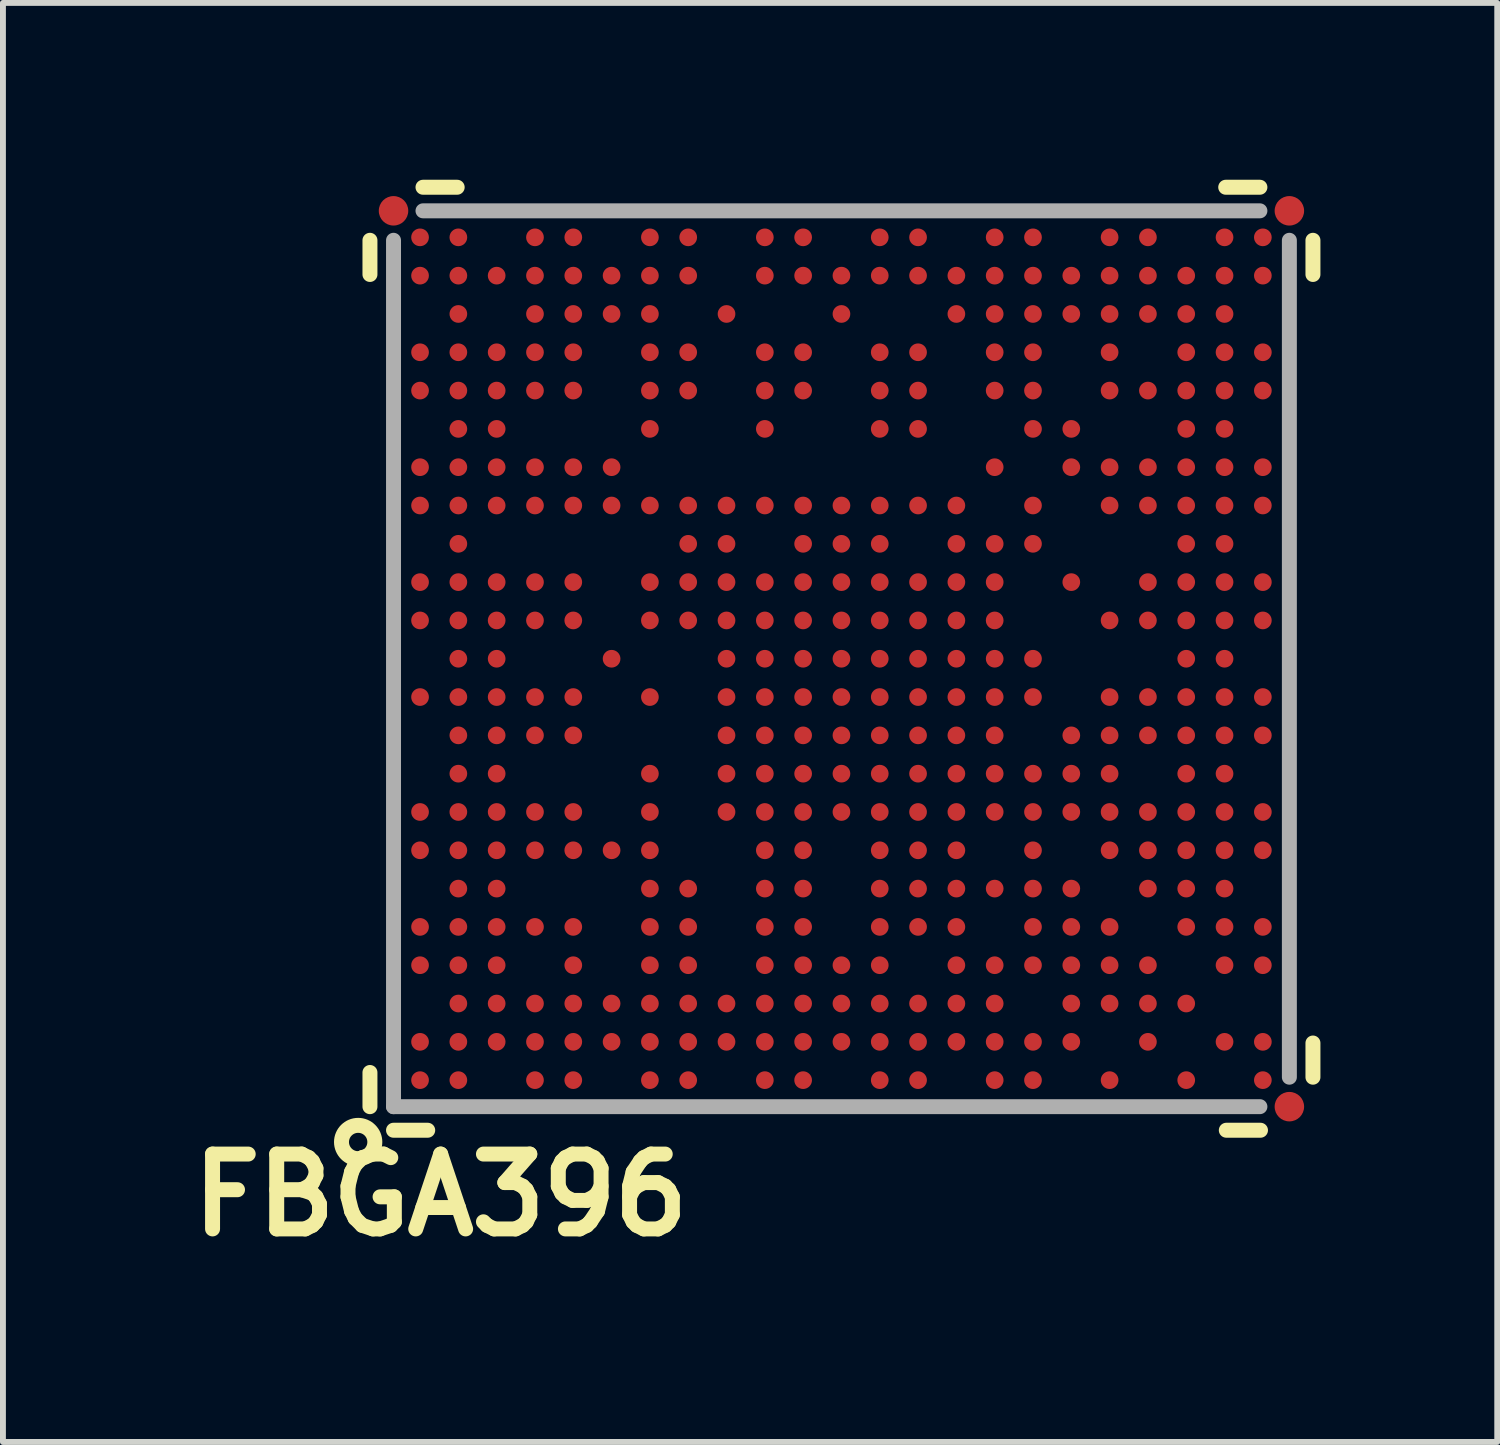
<source format=kicad_pcb>
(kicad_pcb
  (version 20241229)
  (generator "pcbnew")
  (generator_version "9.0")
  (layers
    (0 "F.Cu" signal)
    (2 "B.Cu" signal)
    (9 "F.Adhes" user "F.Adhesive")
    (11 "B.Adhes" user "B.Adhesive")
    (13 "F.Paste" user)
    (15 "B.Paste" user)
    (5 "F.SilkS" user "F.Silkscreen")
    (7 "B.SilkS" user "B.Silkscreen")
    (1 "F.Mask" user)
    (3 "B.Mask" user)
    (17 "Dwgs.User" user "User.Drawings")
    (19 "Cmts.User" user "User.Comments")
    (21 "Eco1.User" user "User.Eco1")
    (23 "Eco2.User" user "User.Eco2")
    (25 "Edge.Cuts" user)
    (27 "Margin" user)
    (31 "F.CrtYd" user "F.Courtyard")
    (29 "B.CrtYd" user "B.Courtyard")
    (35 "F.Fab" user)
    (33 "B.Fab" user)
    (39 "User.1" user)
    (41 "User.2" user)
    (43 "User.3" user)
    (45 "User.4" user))
  (footprint "FBGA396"
    (layer "F.Cu")
    (at 11.227 8.127)
    (property "Reference" "FBGA396" (at -6.8 9.1 0) (layer "F.SilkS") (effects (font (size 1.27 1.27) (thickness 0.254))))
    (attr smd)
    (fp_line (start -8 -7.1) (end -8 -6.52) (stroke (width 0.254) (type solid)) (layer "F.SilkS"))
    (fp_line (start -8 7.02) (end -8 7.6) (stroke (width 0.254) (type solid)) (layer "F.SilkS"))
    (fp_line (start -7.02 8) (end -7.6 8) (stroke (width 0.254) (type solid)) (layer "F.SilkS"))
    (fp_line (start -6.52 -8) (end -7.1 -8) (stroke (width 0.254) (type solid)) (layer "F.SilkS"))
    (fp_line (start 7.1 -8) (end 6.52 -8) (stroke (width 0.254) (type solid)) (layer "F.SilkS"))
    (fp_line (start 7.11 8) (end 6.53 8) (stroke (width 0.254) (type solid)) (layer "F.SilkS"))
    (fp_line (start 8 -7.1) (end 8 -6.52) (stroke (width 0.254) (type solid)) (layer "F.SilkS"))
    (fp_line (start 8 6.52) (end 8 7.1) (stroke (width 0.254) (type solid)) (layer "F.SilkS"))
    (fp_circle (center -8.2 8.2) (end -8 8.4) (stroke (width 0.254) (type solid)) (fill no) (layer "F.SilkS"))
    (fp_line (start -7.6 7.6) (end -7.6 -7.1) (stroke (width 0.254) (type solid)) (layer "F.Fab"))
    (fp_line (start -7.6 7.6) (end 7.1 7.6) (stroke (width 0.254) (type solid)) (layer "F.Fab"))
    (fp_line (start 7.1 -7.6) (end -7.1 -7.6) (stroke (width 0.254) (type solid)) (layer "F.Fab"))
    (fp_line (start 7.6 7.1) (end 7.6 -7.1) (stroke (width 0.254) (type solid)) (layer "F.Fab"))
    (pad "A1" smd circle (at -7.15 7.15) (size 0.3 0.3) (layers "F.Cu" "F.Mask" "F.Paste"))
    (pad "A2" smd circle (at -7.15 6.5) (size 0.3 0.3) (layers "F.Cu" "F.Mask" "F.Paste"))
    (pad "A4" smd circle (at -7.15 5.2) (size 0.3 0.3) (layers "F.Cu" "F.Mask" "F.Paste"))
    (pad "A5" smd circle (at -7.15 4.55) (size 0.3 0.3) (layers "F.Cu" "F.Mask" "F.Paste"))
    (pad "A7" smd circle (at -7.15 3.25) (size 0.3 0.3) (layers "F.Cu" "F.Mask" "F.Paste"))
    (pad "A8" smd circle (at -7.15 2.6) (size 0.3 0.3) (layers "F.Cu" "F.Mask" "F.Paste"))
    (pad "A11" smd circle (at -7.15 0.65) (size 0.3 0.3) (layers "F.Cu" "F.Mask" "F.Paste"))
    (pad "A13" smd circle (at -7.15 -0.65) (size 0.3 0.3) (layers "F.Cu" "F.Mask" "F.Paste"))
    (pad "A14" smd circle (at -7.15 -1.3) (size 0.3 0.3) (layers "F.Cu" "F.Mask" "F.Paste"))
    (pad "A16" smd circle (at -7.15 -2.6) (size 0.3 0.3) (layers "F.Cu" "F.Mask" "F.Paste"))
    (pad "A17" smd circle (at -7.15 -3.25) (size 0.3 0.3) (layers "F.Cu" "F.Mask" "F.Paste"))
    (pad "A19" smd circle (at -7.15 -4.55) (size 0.3 0.3) (layers "F.Cu" "F.Mask" "F.Paste"))
    (pad "A20" smd circle (at -7.15 -5.2) (size 0.3 0.3) (layers "F.Cu" "F.Mask" "F.Paste"))
    (pad "A22" smd circle (at -7.15 -6.5) (size 0.3 0.3) (layers "F.Cu" "F.Mask" "F.Paste"))
    (pad "A23" smd circle (at -7.15 -7.15) (size 0.3 0.3) (layers "F.Cu" "F.Mask" "F.Paste"))
    (pad "AA1" smd circle (at 5.85 7.15) (size 0.3 0.3) (layers "F.Cu" "F.Mask" "F.Paste"))
    (pad "AA3" smd circle (at 5.85 5.85) (size 0.3 0.3) (layers "F.Cu" "F.Mask" "F.Paste"))
    (pad "AA5" smd circle (at 5.85 4.55) (size 0.3 0.3) (layers "F.Cu" "F.Mask" "F.Paste"))
    (pad "AA6" smd circle (at 5.85 3.9) (size 0.3 0.3) (layers "F.Cu" "F.Mask" "F.Paste"))
    (pad "AA7" smd circle (at 5.85 3.25) (size 0.3 0.3) (layers "F.Cu" "F.Mask" "F.Paste"))
    (pad "AA8" smd circle (at 5.85 2.6) (size 0.3 0.3) (layers "F.Cu" "F.Mask" "F.Paste"))
    (pad "AA9" smd circle (at 5.85 1.95) (size 0.3 0.3) (layers "F.Cu" "F.Mask" "F.Paste"))
    (pad "AA10" smd circle (at 5.85 1.3) (size 0.3 0.3) (layers "F.Cu" "F.Mask" "F.Paste"))
    (pad "AA11" smd circle (at 5.85 0.65) (size 0.3 0.3) (layers "F.Cu" "F.Mask" "F.Paste"))
    (pad "AA12" smd circle (at 5.85 0) (size 0.3 0.3) (layers "F.Cu" "F.Mask" "F.Paste"))
    (pad "AA13" smd circle (at 5.85 -0.65) (size 0.3 0.3) (layers "F.Cu" "F.Mask" "F.Paste"))
    (pad "AA14" smd circle (at 5.85 -1.3) (size 0.3 0.3) (layers "F.Cu" "F.Mask" "F.Paste"))
    (pad "AA15" smd circle (at 5.85 -1.95) (size 0.3 0.3) (layers "F.Cu" "F.Mask" "F.Paste"))
    (pad "AA16" smd circle (at 5.85 -2.6) (size 0.3 0.3) (layers "F.Cu" "F.Mask" "F.Paste"))
    (pad "AA17" smd circle (at 5.85 -3.25) (size 0.3 0.3) (layers "F.Cu" "F.Mask" "F.Paste"))
    (pad "AA18" smd circle (at 5.85 -3.9) (size 0.3 0.3) (layers "F.Cu" "F.Mask" "F.Paste"))
    (pad "AA19" smd circle (at 5.85 -4.55) (size 0.3 0.3) (layers "F.Cu" "F.Mask" "F.Paste"))
    (pad "AA20" smd circle (at 5.85 -5.2) (size 0.3 0.3) (layers "F.Cu" "F.Mask" "F.Paste"))
    (pad "AA21" smd circle (at 5.85 -5.85) (size 0.3 0.3) (layers "F.Cu" "F.Mask" "F.Paste"))
    (pad "AA22" smd circle (at 5.85 -6.5) (size 0.3 0.3) (layers "F.Cu" "F.Mask" "F.Paste"))
    (pad "AB2" smd circle (at 6.5 6.5) (size 0.3 0.3) (layers "F.Cu" "F.Mask" "F.Paste"))
    (pad "AB4" smd circle (at 6.5 5.2) (size 0.3 0.3) (layers "F.Cu" "F.Mask" "F.Paste"))
    (pad "AB5" smd circle (at 6.5 4.55) (size 0.3 0.3) (layers "F.Cu" "F.Mask" "F.Paste"))
    (pad "AB6" smd circle (at 6.5 3.9) (size 0.3 0.3) (layers "F.Cu" "F.Mask" "F.Paste"))
    (pad "AB7" smd circle (at 6.5 3.25) (size 0.3 0.3) (layers "F.Cu" "F.Mask" "F.Paste"))
    (pad "AB8" smd circle (at 6.5 2.6) (size 0.3 0.3) (layers "F.Cu" "F.Mask" "F.Paste"))
    (pad "AB9" smd circle (at 6.5 1.95) (size 0.3 0.3) (layers "F.Cu" "F.Mask" "F.Paste"))
    (pad "AB10" smd circle (at 6.5 1.3) (size 0.3 0.3) (layers "F.Cu" "F.Mask" "F.Paste"))
    (pad "AB11" smd circle (at 6.5 0.65) (size 0.3 0.3) (layers "F.Cu" "F.Mask" "F.Paste"))
    (pad "AB12" smd circle (at 6.5 0) (size 0.3 0.3) (layers "F.Cu" "F.Mask" "F.Paste"))
    (pad "AB13" smd circle (at 6.5 -0.65) (size 0.3 0.3) (layers "F.Cu" "F.Mask" "F.Paste"))
    (pad "AB14" smd circle (at 6.5 -1.3) (size 0.3 0.3) (layers "F.Cu" "F.Mask" "F.Paste"))
    (pad "AB15" smd circle (at 6.5 -1.95) (size 0.3 0.3) (layers "F.Cu" "F.Mask" "F.Paste"))
    (pad "AB16" smd circle (at 6.5 -2.6) (size 0.3 0.3) (layers "F.Cu" "F.Mask" "F.Paste"))
    (pad "AB17" smd circle (at 6.5 -3.25) (size 0.3 0.3) (layers "F.Cu" "F.Mask" "F.Paste"))
    (pad "AB18" smd circle (at 6.5 -3.9) (size 0.3 0.3) (layers "F.Cu" "F.Mask" "F.Paste"))
    (pad "AB19" smd circle (at 6.5 -4.55) (size 0.3 0.3) (layers "F.Cu" "F.Mask" "F.Paste"))
    (pad "AB20" smd circle (at 6.5 -5.2) (size 0.3 0.3) (layers "F.Cu" "F.Mask" "F.Paste"))
    (pad "AB21" smd circle (at 6.5 -5.85) (size 0.3 0.3) (layers "F.Cu" "F.Mask" "F.Paste"))
    (pad "AB22" smd circle (at 6.5 -6.5) (size 0.3 0.3) (layers "F.Cu" "F.Mask" "F.Paste"))
    (pad "AB23" smd circle (at 6.5 -7.15) (size 0.3 0.3) (layers "F.Cu" "F.Mask" "F.Paste"))
    (pad "AC1" smd circle (at 7.15 7.15) (size 0.3 0.3) (layers "F.Cu" "F.Mask" "F.Paste"))
    (pad "AC2" smd circle (at 7.15 6.5) (size 0.3 0.3) (layers "F.Cu" "F.Mask" "F.Paste"))
    (pad "AC4" smd circle (at 7.15 5.2) (size 0.3 0.3) (layers "F.Cu" "F.Mask" "F.Paste"))
    (pad "AC5" smd circle (at 7.15 4.55) (size 0.3 0.3) (layers "F.Cu" "F.Mask" "F.Paste"))
    (pad "AC7" smd circle (at 7.15 3.25) (size 0.3 0.3) (layers "F.Cu" "F.Mask" "F.Paste"))
    (pad "AC8" smd circle (at 7.15 2.6) (size 0.3 0.3) (layers "F.Cu" "F.Mask" "F.Paste"))
    (pad "AC10" smd circle (at 7.15 1.3) (size 0.3 0.3) (layers "F.Cu" "F.Mask" "F.Paste"))
    (pad "AC11" smd circle (at 7.15 0.65) (size 0.3 0.3) (layers "F.Cu" "F.Mask" "F.Paste"))
    (pad "AC13" smd circle (at 7.15 -0.65) (size 0.3 0.3) (layers "F.Cu" "F.Mask" "F.Paste"))
    (pad "AC14" smd circle (at 7.15 -1.3) (size 0.3 0.3) (layers "F.Cu" "F.Mask" "F.Paste"))
    (pad "AC16" smd circle (at 7.15 -2.6) (size 0.3 0.3) (layers "F.Cu" "F.Mask" "F.Paste"))
    (pad "AC17" smd circle (at 7.15 -3.25) (size 0.3 0.3) (layers "F.Cu" "F.Mask" "F.Paste"))
    (pad "AC19" smd circle (at 7.15 -4.55) (size 0.3 0.3) (layers "F.Cu" "F.Mask" "F.Paste"))
    (pad "AC20" smd circle (at 7.15 -5.2) (size 0.3 0.3) (layers "F.Cu" "F.Mask" "F.Paste"))
    (pad "AC22" smd circle (at 7.15 -6.5) (size 0.3 0.3) (layers "F.Cu" "F.Mask" "F.Paste"))
    (pad "AC23" smd circle (at 7.15 -7.15) (size 0.3 0.3) (layers "F.Cu" "F.Mask" "F.Paste"))
    (pad "B1" smd circle (at -6.5 7.15) (size 0.3 0.3) (layers "F.Cu" "F.Mask" "F.Paste"))
    (pad "B2" smd circle (at -6.5 6.5) (size 0.3 0.3) (layers "F.Cu" "F.Mask" "F.Paste"))
    (pad "B3" smd circle (at -6.5 5.85) (size 0.3 0.3) (layers "F.Cu" "F.Mask" "F.Paste"))
    (pad "B4" smd circle (at -6.5 5.2) (size 0.3 0.3) (layers "F.Cu" "F.Mask" "F.Paste"))
    (pad "B5" smd circle (at -6.5 4.55) (size 0.3 0.3) (layers "F.Cu" "F.Mask" "F.Paste"))
    (pad "B6" smd circle (at -6.5 3.9) (size 0.3 0.3) (layers "F.Cu" "F.Mask" "F.Paste"))
    (pad "B7" smd circle (at -6.5 3.25) (size 0.3 0.3) (layers "F.Cu" "F.Mask" "F.Paste"))
    (pad "B8" smd circle (at -6.5 2.6) (size 0.3 0.3) (layers "F.Cu" "F.Mask" "F.Paste"))
    (pad "B9" smd circle (at -6.5 1.95) (size 0.3 0.3) (layers "F.Cu" "F.Mask" "F.Paste"))
    (pad "B10" smd circle (at -6.5 1.3) (size 0.3 0.3) (layers "F.Cu" "F.Mask" "F.Paste"))
    (pad "B11" smd circle (at -6.5 0.65) (size 0.3 0.3) (layers "F.Cu" "F.Mask" "F.Paste"))
    (pad "B12" smd circle (at -6.5 0) (size 0.3 0.3) (layers "F.Cu" "F.Mask" "F.Paste"))
    (pad "B13" smd circle (at -6.5 -0.65) (size 0.3 0.3) (layers "F.Cu" "F.Mask" "F.Paste"))
    (pad "B14" smd circle (at -6.5 -1.3) (size 0.3 0.3) (layers "F.Cu" "F.Mask" "F.Paste"))
    (pad "B15" smd circle (at -6.5 -1.95) (size 0.3 0.3) (layers "F.Cu" "F.Mask" "F.Paste"))
    (pad "B16" smd circle (at -6.5 -2.6) (size 0.3 0.3) (layers "F.Cu" "F.Mask" "F.Paste"))
    (pad "B17" smd circle (at -6.5 -3.25) (size 0.3 0.3) (layers "F.Cu" "F.Mask" "F.Paste"))
    (pad "B18" smd circle (at -6.5 -3.9) (size 0.3 0.3) (layers "F.Cu" "F.Mask" "F.Paste"))
    (pad "B19" smd circle (at -6.5 -4.55) (size 0.3 0.3) (layers "F.Cu" "F.Mask" "F.Paste"))
    (pad "B20" smd circle (at -6.5 -5.2) (size 0.3 0.3) (layers "F.Cu" "F.Mask" "F.Paste"))
    (pad "B21" smd circle (at -6.5 -5.85) (size 0.3 0.3) (layers "F.Cu" "F.Mask" "F.Paste"))
    (pad "B22" smd circle (at -6.5 -6.5) (size 0.3 0.3) (layers "F.Cu" "F.Mask" "F.Paste"))
    (pad "B23" smd circle (at -6.5 -7.15) (size 0.3 0.3) (layers "F.Cu" "F.Mask" "F.Paste"))
    (pad "C2" smd circle (at -5.85 6.5) (size 0.3 0.3) (layers "F.Cu" "F.Mask" "F.Paste"))
    (pad "C3" smd circle (at -5.85 5.85) (size 0.3 0.3) (layers "F.Cu" "F.Mask" "F.Paste"))
    (pad "C4" smd circle (at -5.85 5.2) (size 0.3 0.3) (layers "F.Cu" "F.Mask" "F.Paste"))
    (pad "C5" smd circle (at -5.85 4.55) (size 0.3 0.3) (layers "F.Cu" "F.Mask" "F.Paste"))
    (pad "C6" smd circle (at -5.85 3.9) (size 0.3 0.3) (layers "F.Cu" "F.Mask" "F.Paste"))
    (pad "C7" smd circle (at -5.85 3.25) (size 0.3 0.3) (layers "F.Cu" "F.Mask" "F.Paste"))
    (pad "C8" smd circle (at -5.85 2.6) (size 0.3 0.3) (layers "F.Cu" "F.Mask" "F.Paste"))
    (pad "C9" smd circle (at -5.85 1.95) (size 0.3 0.3) (layers "F.Cu" "F.Mask" "F.Paste"))
    (pad "C10" smd circle (at -5.85 1.3) (size 0.3 0.3) (layers "F.Cu" "F.Mask" "F.Paste"))
    (pad "C11" smd circle (at -5.85 0.65) (size 0.3 0.3) (layers "F.Cu" "F.Mask" "F.Paste"))
    (pad "C12" smd circle (at -5.85 0) (size 0.3 0.3) (layers "F.Cu" "F.Mask" "F.Paste"))
    (pad "C13" smd circle (at -5.85 -0.65) (size 0.3 0.3) (layers "F.Cu" "F.Mask" "F.Paste"))
    (pad "C14" smd circle (at -5.85 -1.3) (size 0.3 0.3) (layers "F.Cu" "F.Mask" "F.Paste"))
    (pad "C16" smd circle (at -5.85 -2.6) (size 0.3 0.3) (layers "F.Cu" "F.Mask" "F.Paste"))
    (pad "C17" smd circle (at -5.85 -3.25) (size 0.3 0.3) (layers "F.Cu" "F.Mask" "F.Paste"))
    (pad "C18" smd circle (at -5.85 -3.9) (size 0.3 0.3) (layers "F.Cu" "F.Mask" "F.Paste"))
    (pad "C19" smd circle (at -5.85 -4.55) (size 0.3 0.3) (layers "F.Cu" "F.Mask" "F.Paste"))
    (pad "C20" smd circle (at -5.85 -5.2) (size 0.3 0.3) (layers "F.Cu" "F.Mask" "F.Paste"))
    (pad "C22" smd circle (at -5.85 -6.5) (size 0.3 0.3) (layers "F.Cu" "F.Mask" "F.Paste"))
    (pad "D1" smd circle (at -5.2 7.15) (size 0.3 0.3) (layers "F.Cu" "F.Mask" "F.Paste"))
    (pad "D2" smd circle (at -5.2 6.5) (size 0.3 0.3) (layers "F.Cu" "F.Mask" "F.Paste"))
    (pad "D3" smd circle (at -5.2 5.85) (size 0.3 0.3) (layers "F.Cu" "F.Mask" "F.Paste"))
    (pad "D5" smd circle (at -5.2 4.55) (size 0.3 0.3) (layers "F.Cu" "F.Mask" "F.Paste"))
    (pad "D7" smd circle (at -5.2 3.25) (size 0.3 0.3) (layers "F.Cu" "F.Mask" "F.Paste"))
    (pad "D8" smd circle (at -5.2 2.6) (size 0.3 0.3) (layers "F.Cu" "F.Mask" "F.Paste"))
    (pad "D10" smd circle (at -5.2 1.3) (size 0.3 0.3) (layers "F.Cu" "F.Mask" "F.Paste"))
    (pad "D11" smd circle (at -5.2 0.65) (size 0.3 0.3) (layers "F.Cu" "F.Mask" "F.Paste"))
    (pad "D13" smd circle (at -5.2 -0.65) (size 0.3 0.3) (layers "F.Cu" "F.Mask" "F.Paste"))
    (pad "D14" smd circle (at -5.2 -1.3) (size 0.3 0.3) (layers "F.Cu" "F.Mask" "F.Paste"))
    (pad "D16" smd circle (at -5.2 -2.6) (size 0.3 0.3) (layers "F.Cu" "F.Mask" "F.Paste"))
    (pad "D17" smd circle (at -5.2 -3.25) (size 0.3 0.3) (layers "F.Cu" "F.Mask" "F.Paste"))
    (pad "D19" smd circle (at -5.2 -4.55) (size 0.3 0.3) (layers "F.Cu" "F.Mask" "F.Paste"))
    (pad "D20" smd circle (at -5.2 -5.2) (size 0.3 0.3) (layers "F.Cu" "F.Mask" "F.Paste"))
    (pad "D21" smd circle (at -5.2 -5.85) (size 0.3 0.3) (layers "F.Cu" "F.Mask" "F.Paste"))
    (pad "D22" smd circle (at -5.2 -6.5) (size 0.3 0.3) (layers "F.Cu" "F.Mask" "F.Paste"))
    (pad "D23" smd circle (at -5.2 -7.15) (size 0.3 0.3) (layers "F.Cu" "F.Mask" "F.Paste"))
    (pad "E1" smd circle (at -4.55 7.15) (size 0.3 0.3) (layers "F.Cu" "F.Mask" "F.Paste"))
    (pad "E2" smd circle (at -4.55 6.5) (size 0.3 0.3) (layers "F.Cu" "F.Mask" "F.Paste"))
    (pad "E3" smd circle (at -4.55 5.85) (size 0.3 0.3) (layers "F.Cu" "F.Mask" "F.Paste"))
    (pad "E4" smd circle (at -4.55 5.2) (size 0.3 0.3) (layers "F.Cu" "F.Mask" "F.Paste"))
    (pad "E5" smd circle (at -4.55 4.55) (size 0.3 0.3) (layers "F.Cu" "F.Mask" "F.Paste"))
    (pad "E7" smd circle (at -4.55 3.25) (size 0.3 0.3) (layers "F.Cu" "F.Mask" "F.Paste"))
    (pad "E8" smd circle (at -4.55 2.6) (size 0.3 0.3) (layers "F.Cu" "F.Mask" "F.Paste"))
    (pad "E10" smd circle (at -4.55 1.3) (size 0.3 0.3) (layers "F.Cu" "F.Mask" "F.Paste"))
    (pad "E11" smd circle (at -4.55 0.65) (size 0.3 0.3) (layers "F.Cu" "F.Mask" "F.Paste"))
    (pad "E13" smd circle (at -4.55 -0.65) (size 0.3 0.3) (layers "F.Cu" "F.Mask" "F.Paste"))
    (pad "E14" smd circle (at -4.55 -1.3) (size 0.3 0.3) (layers "F.Cu" "F.Mask" "F.Paste"))
    (pad "E16" smd circle (at -4.55 -2.6) (size 0.3 0.3) (layers "F.Cu" "F.Mask" "F.Paste"))
    (pad "E17" smd circle (at -4.55 -3.25) (size 0.3 0.3) (layers "F.Cu" "F.Mask" "F.Paste"))
    (pad "E19" smd circle (at -4.55 -4.55) (size 0.3 0.3) (layers "F.Cu" "F.Mask" "F.Paste"))
    (pad "E20" smd circle (at -4.55 -5.2) (size 0.3 0.3) (layers "F.Cu" "F.Mask" "F.Paste"))
    (pad "E21" smd circle (at -4.55 -5.85) (size 0.3 0.3) (layers "F.Cu" "F.Mask" "F.Paste"))
    (pad "E22" smd circle (at -4.55 -6.5) (size 0.3 0.3) (layers "F.Cu" "F.Mask" "F.Paste"))
    (pad "E23" smd circle (at -4.55 -7.15) (size 0.3 0.3) (layers "F.Cu" "F.Mask" "F.Paste"))
    (pad "F2" smd circle (at -3.9 6.5) (size 0.3 0.3) (layers "F.Cu" "F.Mask" "F.Paste"))
    (pad "F3" smd circle (at -3.9 5.85) (size 0.3 0.3) (layers "F.Cu" "F.Mask" "F.Paste"))
    (pad "F7" smd circle (at -3.9 3.25) (size 0.3 0.3) (layers "F.Cu" "F.Mask" "F.Paste"))
    (pad "F12" smd circle (at -3.9 0) (size 0.3 0.3) (layers "F.Cu" "F.Mask" "F.Paste"))
    (pad "F16" smd circle (at -3.9 -2.6) (size 0.3 0.3) (layers "F.Cu" "F.Mask" "F.Paste"))
    (pad "F17" smd circle (at -3.9 -3.25) (size 0.3 0.3) (layers "F.Cu" "F.Mask" "F.Paste"))
    (pad "F21" smd circle (at -3.9 -5.85) (size 0.3 0.3) (layers "F.Cu" "F.Mask" "F.Paste"))
    (pad "F22" smd circle (at -3.9 -6.5) (size 0.3 0.3) (layers "F.Cu" "F.Mask" "F.Paste"))
    (pad "G1" smd circle (at -3.25 7.15) (size 0.3 0.3) (layers "F.Cu" "F.Mask" "F.Paste"))
    (pad "G2" smd circle (at -3.25 6.5) (size 0.3 0.3) (layers "F.Cu" "F.Mask" "F.Paste"))
    (pad "G3" smd circle (at -3.25 5.85) (size 0.3 0.3) (layers "F.Cu" "F.Mask" "F.Paste"))
    (pad "G4" smd circle (at -3.25 5.2) (size 0.3 0.3) (layers "F.Cu" "F.Mask" "F.Paste"))
    (pad "G5" smd circle (at -3.25 4.55) (size 0.3 0.3) (layers "F.Cu" "F.Mask" "F.Paste"))
    (pad "G6" smd circle (at -3.25 3.9) (size 0.3 0.3) (layers "F.Cu" "F.Mask" "F.Paste"))
    (pad "G7" smd circle (at -3.25 3.25) (size 0.3 0.3) (layers "F.Cu" "F.Mask" "F.Paste"))
    (pad "G8" smd circle (at -3.25 2.6) (size 0.3 0.3) (layers "F.Cu" "F.Mask" "F.Paste"))
    (pad "G9" smd circle (at -3.25 1.95) (size 0.3 0.3) (layers "F.Cu" "F.Mask" "F.Paste"))
    (pad "G11" smd circle (at -3.25 0.65) (size 0.3 0.3) (layers "F.Cu" "F.Mask" "F.Paste"))
    (pad "G13" smd circle (at -3.25 -0.65) (size 0.3 0.3) (layers "F.Cu" "F.Mask" "F.Paste"))
    (pad "G14" smd circle (at -3.25 -1.3) (size 0.3 0.3) (layers "F.Cu" "F.Mask" "F.Paste"))
    (pad "G16" smd circle (at -3.25 -2.6) (size 0.3 0.3) (layers "F.Cu" "F.Mask" "F.Paste"))
    (pad "G18" smd circle (at -3.25 -3.9) (size 0.3 0.3) (layers "F.Cu" "F.Mask" "F.Paste"))
    (pad "G19" smd circle (at -3.25 -4.55) (size 0.3 0.3) (layers "F.Cu" "F.Mask" "F.Paste"))
    (pad "G20" smd circle (at -3.25 -5.2) (size 0.3 0.3) (layers "F.Cu" "F.Mask" "F.Paste"))
    (pad "G21" smd circle (at -3.25 -5.85) (size 0.3 0.3) (layers "F.Cu" "F.Mask" "F.Paste"))
    (pad "G22" smd circle (at -3.25 -6.5) (size 0.3 0.3) (layers "F.Cu" "F.Mask" "F.Paste"))
    (pad "G23" smd circle (at -3.25 -7.15) (size 0.3 0.3) (layers "F.Cu" "F.Mask" "F.Paste"))
    (pad "H1" smd circle (at -2.6 7.15) (size 0.3 0.3) (layers "F.Cu" "F.Mask" "F.Paste"))
    (pad "H2" smd circle (at -2.6 6.5) (size 0.3 0.3) (layers "F.Cu" "F.Mask" "F.Paste"))
    (pad "H3" smd circle (at -2.6 5.85) (size 0.3 0.3) (layers "F.Cu" "F.Mask" "F.Paste"))
    (pad "H4" smd circle (at -2.6 5.2) (size 0.3 0.3) (layers "F.Cu" "F.Mask" "F.Paste"))
    (pad "H5" smd circle (at -2.6 4.55) (size 0.3 0.3) (layers "F.Cu" "F.Mask" "F.Paste"))
    (pad "H6" smd circle (at -2.6 3.9) (size 0.3 0.3) (layers "F.Cu" "F.Mask" "F.Paste"))
    (pad "H13" smd circle (at -2.6 -0.65) (size 0.3 0.3) (layers "F.Cu" "F.Mask" "F.Paste"))
    (pad "H14" smd circle (at -2.6 -1.3) (size 0.3 0.3) (layers "F.Cu" "F.Mask" "F.Paste"))
    (pad "H15" smd circle (at -2.6 -1.95) (size 0.3 0.3) (layers "F.Cu" "F.Mask" "F.Paste"))
    (pad "H16" smd circle (at -2.6 -2.6) (size 0.3 0.3) (layers "F.Cu" "F.Mask" "F.Paste"))
    (pad "H19" smd circle (at -2.6 -4.55) (size 0.3 0.3) (layers "F.Cu" "F.Mask" "F.Paste"))
    (pad "H20" smd circle (at -2.6 -5.2) (size 0.3 0.3) (layers "F.Cu" "F.Mask" "F.Paste"))
    (pad "H22" smd circle (at -2.6 -6.5) (size 0.3 0.3) (layers "F.Cu" "F.Mask" "F.Paste"))
    (pad "H23" smd circle (at -2.6 -7.15) (size 0.3 0.3) (layers "F.Cu" "F.Mask" "F.Paste"))
    (pad "J2" smd circle (at -1.95 6.5) (size 0.3 0.3) (layers "F.Cu" "F.Mask" "F.Paste"))
    (pad "J3" smd circle (at -1.95 5.85) (size 0.3 0.3) (layers "F.Cu" "F.Mask" "F.Paste"))
    (pad "J8" smd circle (at -1.95 2.6) (size 0.3 0.3) (layers "F.Cu" "F.Mask" "F.Paste"))
    (pad "J9" smd circle (at -1.95 1.95) (size 0.3 0.3) (layers "F.Cu" "F.Mask" "F.Paste"))
    (pad "J10" smd circle (at -1.95 1.3) (size 0.3 0.3) (layers "F.Cu" "F.Mask" "F.Paste"))
    (pad "J11" smd circle (at -1.95 0.65) (size 0.3 0.3) (layers "F.Cu" "F.Mask" "F.Paste"))
    (pad "J12" smd circle (at -1.95 0) (size 0.3 0.3) (layers "F.Cu" "F.Mask" "F.Paste"))
    (pad "J13" smd circle (at -1.95 -0.65) (size 0.3 0.3) (layers "F.Cu" "F.Mask" "F.Paste"))
    (pad "J14" smd circle (at -1.95 -1.3) (size 0.3 0.3) (layers "F.Cu" "F.Mask" "F.Paste"))
    (pad "J15" smd circle (at -1.95 -1.95) (size 0.3 0.3) (layers "F.Cu" "F.Mask" "F.Paste"))
    (pad "J16" smd circle (at -1.95 -2.6) (size 0.3 0.3) (layers "F.Cu" "F.Mask" "F.Paste"))
    (pad "J21" smd circle (at -1.95 -5.85) (size 0.3 0.3) (layers "F.Cu" "F.Mask" "F.Paste"))
    (pad "K1" smd circle (at -1.3 7.15) (size 0.3 0.3) (layers "F.Cu" "F.Mask" "F.Paste"))
    (pad "K2" smd circle (at -1.3 6.5) (size 0.3 0.3) (layers "F.Cu" "F.Mask" "F.Paste"))
    (pad "K3" smd circle (at -1.3 5.85) (size 0.3 0.3) (layers "F.Cu" "F.Mask" "F.Paste"))
    (pad "K4" smd circle (at -1.3 5.2) (size 0.3 0.3) (layers "F.Cu" "F.Mask" "F.Paste"))
    (pad "K5" smd circle (at -1.3 4.55) (size 0.3 0.3) (layers "F.Cu" "F.Mask" "F.Paste"))
    (pad "K6" smd circle (at -1.3 3.9) (size 0.3 0.3) (layers "F.Cu" "F.Mask" "F.Paste"))
    (pad "K7" smd circle (at -1.3 3.25) (size 0.3 0.3) (layers "F.Cu" "F.Mask" "F.Paste"))
    (pad "K8" smd circle (at -1.3 2.6) (size 0.3 0.3) (layers "F.Cu" "F.Mask" "F.Paste"))
    (pad "K9" smd circle (at -1.3 1.95) (size 0.3 0.3) (layers "F.Cu" "F.Mask" "F.Paste"))
    (pad "K10" smd circle (at -1.3 1.3) (size 0.3 0.3) (layers "F.Cu" "F.Mask" "F.Paste"))
    (pad "K11" smd circle (at -1.3 0.65) (size 0.3 0.3) (layers "F.Cu" "F.Mask" "F.Paste"))
    (pad "K12" smd circle (at -1.3 0) (size 0.3 0.3) (layers "F.Cu" "F.Mask" "F.Paste"))
    (pad "K13" smd circle (at -1.3 -0.65) (size 0.3 0.3) (layers "F.Cu" "F.Mask" "F.Paste"))
    (pad "K14" smd circle (at -1.3 -1.3) (size 0.3 0.3) (layers "F.Cu" "F.Mask" "F.Paste"))
    (pad "K16" smd circle (at -1.3 -2.6) (size 0.3 0.3) (layers "F.Cu" "F.Mask" "F.Paste"))
    (pad "K18" smd circle (at -1.3 -3.9) (size 0.3 0.3) (layers "F.Cu" "F.Mask" "F.Paste"))
    (pad "K19" smd circle (at -1.3 -4.55) (size 0.3 0.3) (layers "F.Cu" "F.Mask" "F.Paste"))
    (pad "K20" smd circle (at -1.3 -5.2) (size 0.3 0.3) (layers "F.Cu" "F.Mask" "F.Paste"))
    (pad "K22" smd circle (at -1.3 -6.5) (size 0.3 0.3) (layers "F.Cu" "F.Mask" "F.Paste"))
    (pad "K23" smd circle (at -1.3 -7.15) (size 0.3 0.3) (layers "F.Cu" "F.Mask" "F.Paste"))
    (pad "L1" smd circle (at -0.65 7.15) (size 0.3 0.3) (layers "F.Cu" "F.Mask" "F.Paste"))
    (pad "L2" smd circle (at -0.65 6.5) (size 0.3 0.3) (layers "F.Cu" "F.Mask" "F.Paste"))
    (pad "L3" smd circle (at -0.65 5.85) (size 0.3 0.3) (layers "F.Cu" "F.Mask" "F.Paste"))
    (pad "L4" smd circle (at -0.65 5.2) (size 0.3 0.3) (layers "F.Cu" "F.Mask" "F.Paste"))
    (pad "L5" smd circle (at -0.65 4.55) (size 0.3 0.3) (layers "F.Cu" "F.Mask" "F.Paste"))
    (pad "L6" smd circle (at -0.65 3.9) (size 0.3 0.3) (layers "F.Cu" "F.Mask" "F.Paste"))
    (pad "L7" smd circle (at -0.65 3.25) (size 0.3 0.3) (layers "F.Cu" "F.Mask" "F.Paste"))
    (pad "L8" smd circle (at -0.65 2.6) (size 0.3 0.3) (layers "F.Cu" "F.Mask" "F.Paste"))
    (pad "L9" smd circle (at -0.65 1.95) (size 0.3 0.3) (layers "F.Cu" "F.Mask" "F.Paste"))
    (pad "L10" smd circle (at -0.65 1.3) (size 0.3 0.3) (layers "F.Cu" "F.Mask" "F.Paste"))
    (pad "L11" smd circle (at -0.65 0.65) (size 0.3 0.3) (layers "F.Cu" "F.Mask" "F.Paste"))
    (pad "L12" smd circle (at -0.65 0) (size 0.3 0.3) (layers "F.Cu" "F.Mask" "F.Paste"))
    (pad "L13" smd circle (at -0.65 -0.65) (size 0.3 0.3) (layers "F.Cu" "F.Mask" "F.Paste"))
    (pad "L14" smd circle (at -0.65 -1.3) (size 0.3 0.3) (layers "F.Cu" "F.Mask" "F.Paste"))
    (pad "L15" smd circle (at -0.65 -1.95) (size 0.3 0.3) (layers "F.Cu" "F.Mask" "F.Paste"))
    (pad "L16" smd circle (at -0.65 -2.6) (size 0.3 0.3) (layers "F.Cu" "F.Mask" "F.Paste"))
    (pad "L19" smd circle (at -0.65 -4.55) (size 0.3 0.3) (layers "F.Cu" "F.Mask" "F.Paste"))
    (pad "L20" smd circle (at -0.65 -5.2) (size 0.3 0.3) (layers "F.Cu" "F.Mask" "F.Paste"))
    (pad "L22" smd circle (at -0.65 -6.5) (size 0.3 0.3) (layers "F.Cu" "F.Mask" "F.Paste"))
    (pad "L23" smd circle (at -0.65 -7.15) (size 0.3 0.3) (layers "F.Cu" "F.Mask" "F.Paste"))
    (pad "M2" smd circle (at 0 6.5) (size 0.3 0.3) (layers "F.Cu" "F.Mask" "F.Paste"))
    (pad "M3" smd circle (at 0 5.85) (size 0.3 0.3) (layers "F.Cu" "F.Mask" "F.Paste"))
    (pad "M4" smd circle (at 0 5.2) (size 0.3 0.3) (layers "F.Cu" "F.Mask" "F.Paste"))
    (pad "M8" smd circle (at 0 2.6) (size 0.3 0.3) (layers "F.Cu" "F.Mask" "F.Paste"))
    (pad "M9" smd circle (at 0 1.95) (size 0.3 0.3) (layers "F.Cu" "F.Mask" "F.Paste"))
    (pad "M10" smd circle (at 0 1.3) (size 0.3 0.3) (layers "F.Cu" "F.Mask" "F.Paste"))
    (pad "M11" smd circle (at 0 0.65) (size 0.3 0.3) (layers "F.Cu" "F.Mask" "F.Paste"))
    (pad "M12" smd circle (at 0 0) (size 0.3 0.3) (layers "F.Cu" "F.Mask" "F.Paste"))
    (pad "M13" smd circle (at 0 -0.65) (size 0.3 0.3) (layers "F.Cu" "F.Mask" "F.Paste"))
    (pad "M14" smd circle (at 0 -1.3) (size 0.3 0.3) (layers "F.Cu" "F.Mask" "F.Paste"))
    (pad "M15" smd circle (at 0 -1.95) (size 0.3 0.3) (layers "F.Cu" "F.Mask" "F.Paste"))
    (pad "M16" smd circle (at 0 -2.6) (size 0.3 0.3) (layers "F.Cu" "F.Mask" "F.Paste"))
    (pad "M21" smd circle (at 0 -5.85) (size 0.3 0.3) (layers "F.Cu" "F.Mask" "F.Paste"))
    (pad "M22" smd circle (at 0 -6.5) (size 0.3 0.3) (layers "F.Cu" "F.Mask" "F.Paste"))
    (pad "N1" smd circle (at 0.65 7.15) (size 0.3 0.3) (layers "F.Cu" "F.Mask" "F.Paste"))
    (pad "N2" smd circle (at 0.65 6.5) (size 0.3 0.3) (layers "F.Cu" "F.Mask" "F.Paste"))
    (pad "N3" smd circle (at 0.65 5.85) (size 0.3 0.3) (layers "F.Cu" "F.Mask" "F.Paste"))
    (pad "N4" smd circle (at 0.65 5.2) (size 0.3 0.3) (layers "F.Cu" "F.Mask" "F.Paste"))
    (pad "N5" smd circle (at 0.65 4.55) (size 0.3 0.3) (layers "F.Cu" "F.Mask" "F.Paste"))
    (pad "N6" smd circle (at 0.65 3.9) (size 0.3 0.3) (layers "F.Cu" "F.Mask" "F.Paste"))
    (pad "N7" smd circle (at 0.65 3.25) (size 0.3 0.3) (layers "F.Cu" "F.Mask" "F.Paste"))
    (pad "N8" smd circle (at 0.65 2.6) (size 0.3 0.3) (layers "F.Cu" "F.Mask" "F.Paste"))
    (pad "N9" smd circle (at 0.65 1.95) (size 0.3 0.3) (layers "F.Cu" "F.Mask" "F.Paste"))
    (pad "N10" smd circle (at 0.65 1.3) (size 0.3 0.3) (layers "F.Cu" "F.Mask" "F.Paste"))
    (pad "N11" smd circle (at 0.65 0.65) (size 0.3 0.3) (layers "F.Cu" "F.Mask" "F.Paste"))
    (pad "N12" smd circle (at 0.65 0) (size 0.3 0.3) (layers "F.Cu" "F.Mask" "F.Paste"))
    (pad "N13" smd circle (at 0.65 -0.65) (size 0.3 0.3) (layers "F.Cu" "F.Mask" "F.Paste"))
    (pad "N14" smd circle (at 0.65 -1.3) (size 0.3 0.3) (layers "F.Cu" "F.Mask" "F.Paste"))
    (pad "N15" smd circle (at 0.65 -1.95) (size 0.3 0.3) (layers "F.Cu" "F.Mask" "F.Paste"))
    (pad "N16" smd circle (at 0.65 -2.6) (size 0.3 0.3) (layers "F.Cu" "F.Mask" "F.Paste"))
    (pad "N18" smd circle (at 0.65 -3.9) (size 0.3 0.3) (layers "F.Cu" "F.Mask" "F.Paste"))
    (pad "N19" smd circle (at 0.65 -4.55) (size 0.3 0.3) (layers "F.Cu" "F.Mask" "F.Paste"))
    (pad "N20" smd circle (at 0.65 -5.2) (size 0.3 0.3) (layers "F.Cu" "F.Mask" "F.Paste"))
    (pad "N22" smd circle (at 0.65 -6.5) (size 0.3 0.3) (layers "F.Cu" "F.Mask" "F.Paste"))
    (pad "N23" smd circle (at 0.65 -7.15) (size 0.3 0.3) (layers "F.Cu" "F.Mask" "F.Paste"))
    (pad "P1" smd circle (at 1.3 7.15) (size 0.3 0.3) (layers "F.Cu" "F.Mask" "F.Paste"))
    (pad "P2" smd circle (at 1.3 6.5) (size 0.3 0.3) (layers "F.Cu" "F.Mask" "F.Paste"))
    (pad "P3" smd circle (at 1.3 5.85) (size 0.3 0.3) (layers "F.Cu" "F.Mask" "F.Paste"))
    (pad "P5" smd circle (at 1.3 4.55) (size 0.3 0.3) (layers "F.Cu" "F.Mask" "F.Paste"))
    (pad "P6" smd circle (at 1.3 3.9) (size 0.3 0.3) (layers "F.Cu" "F.Mask" "F.Paste"))
    (pad "P7" smd circle (at 1.3 3.25) (size 0.3 0.3) (layers "F.Cu" "F.Mask" "F.Paste"))
    (pad "P8" smd circle (at 1.3 2.6) (size 0.3 0.3) (layers "F.Cu" "F.Mask" "F.Paste"))
    (pad "P9" smd circle (at 1.3 1.95) (size 0.3 0.3) (layers "F.Cu" "F.Mask" "F.Paste"))
    (pad "P10" smd circle (at 1.3 1.3) (size 0.3 0.3) (layers "F.Cu" "F.Mask" "F.Paste"))
    (pad "P11" smd circle (at 1.3 0.65) (size 0.3 0.3) (layers "F.Cu" "F.Mask" "F.Paste"))
    (pad "P12" smd circle (at 1.3 0) (size 0.3 0.3) (layers "F.Cu" "F.Mask" "F.Paste"))
    (pad "P13" smd circle (at 1.3 -0.65) (size 0.3 0.3) (layers "F.Cu" "F.Mask" "F.Paste"))
    (pad "P14" smd circle (at 1.3 -1.3) (size 0.3 0.3) (layers "F.Cu" "F.Mask" "F.Paste"))
    (pad "P16" smd circle (at 1.3 -2.6) (size 0.3 0.3) (layers "F.Cu" "F.Mask" "F.Paste"))
    (pad "P18" smd circle (at 1.3 -3.9) (size 0.3 0.3) (layers "F.Cu" "F.Mask" "F.Paste"))
    (pad "P19" smd circle (at 1.3 -4.55) (size 0.3 0.3) (layers "F.Cu" "F.Mask" "F.Paste"))
    (pad "P20" smd circle (at 1.3 -5.2) (size 0.3 0.3) (layers "F.Cu" "F.Mask" "F.Paste"))
    (pad "P22" smd circle (at 1.3 -6.5) (size 0.3 0.3) (layers "F.Cu" "F.Mask" "F.Paste"))
    (pad "P23" smd circle (at 1.3 -7.15) (size 0.3 0.3) (layers "F.Cu" "F.Mask" "F.Paste"))
    (pad "R2" smd circle (at 1.95 6.5) (size 0.3 0.3) (layers "F.Cu" "F.Mask" "F.Paste"))
    (pad "R3" smd circle (at 1.95 5.85) (size 0.3 0.3) (layers "F.Cu" "F.Mask" "F.Paste"))
    (pad "R4" smd circle (at 1.95 5.2) (size 0.3 0.3) (layers "F.Cu" "F.Mask" "F.Paste"))
    (pad "R5" smd circle (at 1.95 4.55) (size 0.3 0.3) (layers "F.Cu" "F.Mask" "F.Paste"))
    (pad "R6" smd circle (at 1.95 3.9) (size 0.3 0.3) (layers "F.Cu" "F.Mask" "F.Paste"))
    (pad "R7" smd circle (at 1.95 3.25) (size 0.3 0.3) (layers "F.Cu" "F.Mask" "F.Paste"))
    (pad "R8" smd circle (at 1.95 2.6) (size 0.3 0.3) (layers "F.Cu" "F.Mask" "F.Paste"))
    (pad "R9" smd circle (at 1.95 1.95) (size 0.3 0.3) (layers "F.Cu" "F.Mask" "F.Paste"))
    (pad "R10" smd circle (at 1.95 1.3) (size 0.3 0.3) (layers "F.Cu" "F.Mask" "F.Paste"))
    (pad "R11" smd circle (at 1.95 0.65) (size 0.3 0.3) (layers "F.Cu" "F.Mask" "F.Paste"))
    (pad "R12" smd circle (at 1.95 0) (size 0.3 0.3) (layers "F.Cu" "F.Mask" "F.Paste"))
    (pad "R13" smd circle (at 1.95 -0.65) (size 0.3 0.3) (layers "F.Cu" "F.Mask" "F.Paste"))
    (pad "R14" smd circle (at 1.95 -1.3) (size 0.3 0.3) (layers "F.Cu" "F.Mask" "F.Paste"))
    (pad "R15" smd circle (at 1.95 -1.95) (size 0.3 0.3) (layers "F.Cu" "F.Mask" "F.Paste"))
    (pad "R16" smd circle (at 1.95 -2.6) (size 0.3 0.3) (layers "F.Cu" "F.Mask" "F.Paste"))
    (pad "R21" smd circle (at 1.95 -5.85) (size 0.3 0.3) (layers "F.Cu" "F.Mask" "F.Paste"))
    (pad "R22" smd circle (at 1.95 -6.5) (size 0.3 0.3) (layers "F.Cu" "F.Mask" "F.Paste"))
    (pad "T1" smd circle (at 2.6 7.15) (size 0.3 0.3) (layers "F.Cu" "F.Mask" "F.Paste"))
    (pad "T2" smd circle (at 2.6 6.5) (size 0.3 0.3) (layers "F.Cu" "F.Mask" "F.Paste"))
    (pad "T3" smd circle (at 2.6 5.85) (size 0.3 0.3) (layers "F.Cu" "F.Mask" "F.Paste"))
    (pad "T4" smd circle (at 2.6 5.2) (size 0.3 0.3) (layers "F.Cu" "F.Mask" "F.Paste"))
    (pad "T6" smd circle (at 2.6 3.9) (size 0.3 0.3) (layers "F.Cu" "F.Mask" "F.Paste"))
    (pad "T8" smd circle (at 2.6 2.6) (size 0.3 0.3) (layers "F.Cu" "F.Mask" "F.Paste"))
    (pad "T9" smd circle (at 2.6 1.95) (size 0.3 0.3) (layers "F.Cu" "F.Mask" "F.Paste"))
    (pad "T10" smd circle (at 2.6 1.3) (size 0.3 0.3) (layers "F.Cu" "F.Mask" "F.Paste"))
    (pad "T11" smd circle (at 2.6 0.65) (size 0.3 0.3) (layers "F.Cu" "F.Mask" "F.Paste"))
    (pad "T12" smd circle (at 2.6 0) (size 0.3 0.3) (layers "F.Cu" "F.Mask" "F.Paste"))
    (pad "T13" smd circle (at 2.6 -0.65) (size 0.3 0.3) (layers "F.Cu" "F.Mask" "F.Paste"))
    (pad "T14" smd circle (at 2.6 -1.3) (size 0.3 0.3) (layers "F.Cu" "F.Mask" "F.Paste"))
    (pad "T15" smd circle (at 2.6 -1.95) (size 0.3 0.3) (layers "F.Cu" "F.Mask" "F.Paste"))
    (pad "T17" smd circle (at 2.6 -3.25) (size 0.3 0.3) (layers "F.Cu" "F.Mask" "F.Paste"))
    (pad "T19" smd circle (at 2.6 -4.55) (size 0.3 0.3) (layers "F.Cu" "F.Mask" "F.Paste"))
    (pad "T20" smd circle (at 2.6 -5.2) (size 0.3 0.3) (layers "F.Cu" "F.Mask" "F.Paste"))
    (pad "T21" smd circle (at 2.6 -5.85) (size 0.3 0.3) (layers "F.Cu" "F.Mask" "F.Paste"))
    (pad "T22" smd circle (at 2.6 -6.5) (size 0.3 0.3) (layers "F.Cu" "F.Mask" "F.Paste"))
    (pad "T23" smd circle (at 2.6 -7.15) (size 0.3 0.3) (layers "F.Cu" "F.Mask" "F.Paste"))
    (pad "U1" smd circle (at 3.25 7.15) (size 0.3 0.3) (layers "F.Cu" "F.Mask" "F.Paste"))
    (pad "U2" smd circle (at 3.25 6.5) (size 0.3 0.3) (layers "F.Cu" "F.Mask" "F.Paste"))
    (pad "U4" smd circle (at 3.25 5.2) (size 0.3 0.3) (layers "F.Cu" "F.Mask" "F.Paste"))
    (pad "U5" smd circle (at 3.25 4.55) (size 0.3 0.3) (layers "F.Cu" "F.Mask" "F.Paste"))
    (pad "U6" smd circle (at 3.25 3.9) (size 0.3 0.3) (layers "F.Cu" "F.Mask" "F.Paste"))
    (pad "U7" smd circle (at 3.25 3.25) (size 0.3 0.3) (layers "F.Cu" "F.Mask" "F.Paste"))
    (pad "U8" smd circle (at 3.25 2.6) (size 0.3 0.3) (layers "F.Cu" "F.Mask" "F.Paste"))
    (pad "U9" smd circle (at 3.25 1.95) (size 0.3 0.3) (layers "F.Cu" "F.Mask" "F.Paste"))
    (pad "U11" smd circle (at 3.25 0.65) (size 0.3 0.3) (layers "F.Cu" "F.Mask" "F.Paste"))
    (pad "U12" smd circle (at 3.25 0) (size 0.3 0.3) (layers "F.Cu" "F.Mask" "F.Paste"))
    (pad "U15" smd circle (at 3.25 -1.95) (size 0.3 0.3) (layers "F.Cu" "F.Mask" "F.Paste"))
    (pad "U16" smd circle (at 3.25 -2.6) (size 0.3 0.3) (layers "F.Cu" "F.Mask" "F.Paste"))
    (pad "U18" smd circle (at 3.25 -3.9) (size 0.3 0.3) (layers "F.Cu" "F.Mask" "F.Paste"))
    (pad "U19" smd circle (at 3.25 -4.55) (size 0.3 0.3) (layers "F.Cu" "F.Mask" "F.Paste"))
    (pad "U20" smd circle (at 3.25 -5.2) (size 0.3 0.3) (layers "F.Cu" "F.Mask" "F.Paste"))
    (pad "U21" smd circle (at 3.25 -5.85) (size 0.3 0.3) (layers "F.Cu" "F.Mask" "F.Paste"))
    (pad "U22" smd circle (at 3.25 -6.5) (size 0.3 0.3) (layers "F.Cu" "F.Mask" "F.Paste"))
    (pad "U23" smd circle (at 3.25 -7.15) (size 0.3 0.3) (layers "F.Cu" "F.Mask" "F.Paste"))
    (pad "V2" smd circle (at 3.9 6.5) (size 0.3 0.3) (layers "F.Cu" "F.Mask" "F.Paste"))
    (pad "V3" smd circle (at 3.9 5.85) (size 0.3 0.3) (layers "F.Cu" "F.Mask" "F.Paste"))
    (pad "V4" smd circle (at 3.9 5.2) (size 0.3 0.3) (layers "F.Cu" "F.Mask" "F.Paste"))
    (pad "V5" smd circle (at 3.9 4.55) (size 0.3 0.3) (layers "F.Cu" "F.Mask" "F.Paste"))
    (pad "V6" smd circle (at 3.9 3.9) (size 0.3 0.3) (layers "F.Cu" "F.Mask" "F.Paste"))
    (pad "V8" smd circle (at 3.9 2.6) (size 0.3 0.3) (layers "F.Cu" "F.Mask" "F.Paste"))
    (pad "V9" smd circle (at 3.9 1.95) (size 0.3 0.3) (layers "F.Cu" "F.Mask" "F.Paste"))
    (pad "V10" smd circle (at 3.9 1.3) (size 0.3 0.3) (layers "F.Cu" "F.Mask" "F.Paste"))
    (pad "V14" smd circle (at 3.9 -1.3) (size 0.3 0.3) (layers "F.Cu" "F.Mask" "F.Paste"))
    (pad "V17" smd circle (at 3.9 -3.25) (size 0.3 0.3) (layers "F.Cu" "F.Mask" "F.Paste"))
    (pad "V18" smd circle (at 3.9 -3.9) (size 0.3 0.3) (layers "F.Cu" "F.Mask" "F.Paste"))
    (pad "V21" smd circle (at 3.9 -5.85) (size 0.3 0.3) (layers "F.Cu" "F.Mask" "F.Paste"))
    (pad "V22" smd circle (at 3.9 -6.5) (size 0.3 0.3) (layers "F.Cu" "F.Mask" "F.Paste"))
    (pad "W1" smd circle (at 4.55 7.15) (size 0.3 0.3) (layers "F.Cu" "F.Mask" "F.Paste"))
    (pad "W3" smd circle (at 4.55 5.85) (size 0.3 0.3) (layers "F.Cu" "F.Mask" "F.Paste"))
    (pad "W4" smd circle (at 4.55 5.2) (size 0.3 0.3) (layers "F.Cu" "F.Mask" "F.Paste"))
    (pad "W5" smd circle (at 4.55 4.55) (size 0.3 0.3) (layers "F.Cu" "F.Mask" "F.Paste"))
    (pad "W7" smd circle (at 4.55 3.25) (size 0.3 0.3) (layers "F.Cu" "F.Mask" "F.Paste"))
    (pad "W8" smd circle (at 4.55 2.6) (size 0.3 0.3) (layers "F.Cu" "F.Mask" "F.Paste"))
    (pad "W9" smd circle (at 4.55 1.95) (size 0.3 0.3) (layers "F.Cu" "F.Mask" "F.Paste"))
    (pad "W10" smd circle (at 4.55 1.3) (size 0.3 0.3) (layers "F.Cu" "F.Mask" "F.Paste"))
    (pad "W11" smd circle (at 4.55 0.65) (size 0.3 0.3) (layers "F.Cu" "F.Mask" "F.Paste"))
    (pad "W13" smd circle (at 4.55 -0.65) (size 0.3 0.3) (layers "F.Cu" "F.Mask" "F.Paste"))
    (pad "W16" smd circle (at 4.55 -2.6) (size 0.3 0.3) (layers "F.Cu" "F.Mask" "F.Paste"))
    (pad "W17" smd circle (at 4.55 -3.25) (size 0.3 0.3) (layers "F.Cu" "F.Mask" "F.Paste"))
    (pad "W19" smd circle (at 4.55 -4.55) (size 0.3 0.3) (layers "F.Cu" "F.Mask" "F.Paste"))
    (pad "W20" smd circle (at 4.55 -5.2) (size 0.3 0.3) (layers "F.Cu" "F.Mask" "F.Paste"))
    (pad "W21" smd circle (at 4.55 -5.85) (size 0.3 0.3) (layers "F.Cu" "F.Mask" "F.Paste"))
    (pad "W22" smd circle (at 4.55 -6.5) (size 0.3 0.3) (layers "F.Cu" "F.Mask" "F.Paste"))
    (pad "W23" smd circle (at 4.55 -7.15) (size 0.3 0.3) (layers "F.Cu" "F.Mask" "F.Paste"))
    (pad "Y2" smd circle (at 5.2 6.5) (size 0.3 0.3) (layers "F.Cu" "F.Mask" "F.Paste"))
    (pad "Y3" smd circle (at 5.2 5.85) (size 0.3 0.3) (layers "F.Cu" "F.Mask" "F.Paste"))
    (pad "Y4" smd circle (at 5.2 5.2) (size 0.3 0.3) (layers "F.Cu" "F.Mask" "F.Paste"))
    (pad "Y6" smd circle (at 5.2 3.9) (size 0.3 0.3) (layers "F.Cu" "F.Mask" "F.Paste"))
    (pad "Y7" smd circle (at 5.2 3.25) (size 0.3 0.3) (layers "F.Cu" "F.Mask" "F.Paste"))
    (pad "Y8" smd circle (at 5.2 2.6) (size 0.3 0.3) (layers "F.Cu" "F.Mask" "F.Paste"))
    (pad "Y10" smd circle (at 5.2 1.3) (size 0.3 0.3) (layers "F.Cu" "F.Mask" "F.Paste"))
    (pad "Y11" smd circle (at 5.2 0.65) (size 0.3 0.3) (layers "F.Cu" "F.Mask" "F.Paste"))
    (pad "Y13" smd circle (at 5.2 -0.65) (size 0.3 0.3) (layers "F.Cu" "F.Mask" "F.Paste"))
    (pad "Y14" smd circle (at 5.2 -1.3) (size 0.3 0.3) (layers "F.Cu" "F.Mask" "F.Paste"))
    (pad "Y16" smd circle (at 5.2 -2.6) (size 0.3 0.3) (layers "F.Cu" "F.Mask" "F.Paste"))
    (pad "Y17" smd circle (at 5.2 -3.25) (size 0.3 0.3) (layers "F.Cu" "F.Mask" "F.Paste"))
    (pad "Y19" smd circle (at 5.2 -4.55) (size 0.3 0.3) (layers "F.Cu" "F.Mask" "F.Paste"))
    (pad "Y21" smd circle (at 5.2 -5.85) (size 0.3 0.3) (layers "F.Cu" "F.Mask" "F.Paste"))
    (pad "Y22" smd circle (at 5.2 -6.5) (size 0.3 0.3) (layers "F.Cu" "F.Mask" "F.Paste"))
    (pad "Y23" smd circle (at 5.2 -7.15) (size 0.3 0.3) (layers "F.Cu" "F.Mask" "F.Paste"))
    (pad "fid1" smd circle (at 7.6 7.6) (size 0.5 0.5) (layers "F.Cu" "F.Mask"))
    (pad "fid2" smd circle (at 7.6 -7.6) (size 0.5 0.5) (layers "F.Cu" "F.Mask"))
    (pad "fid3" smd circle (at -7.6 -7.6) (size 0.5 0.5) (layers "F.Cu" "F.Mask")))
  (gr_rect
    (start -3 -3)
    (end 22.354 21.416)
    (stroke (width 0.1) (type default))
    (fill no)
    (layer "Edge.Cuts")))
</source>
